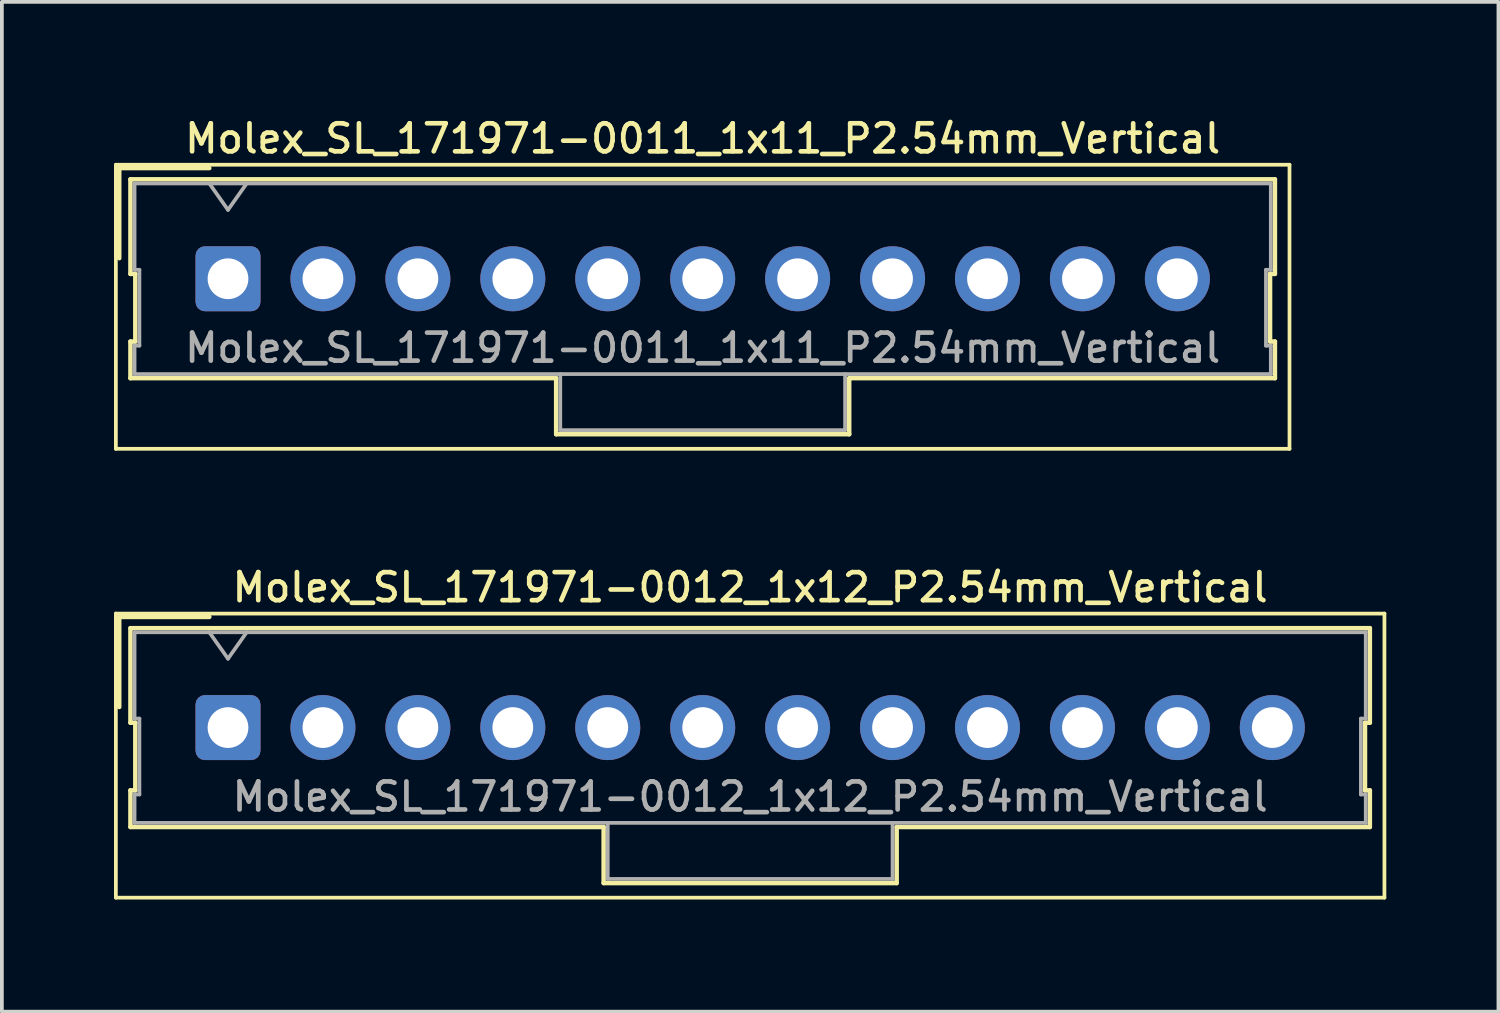
<source format=kicad_pcb>
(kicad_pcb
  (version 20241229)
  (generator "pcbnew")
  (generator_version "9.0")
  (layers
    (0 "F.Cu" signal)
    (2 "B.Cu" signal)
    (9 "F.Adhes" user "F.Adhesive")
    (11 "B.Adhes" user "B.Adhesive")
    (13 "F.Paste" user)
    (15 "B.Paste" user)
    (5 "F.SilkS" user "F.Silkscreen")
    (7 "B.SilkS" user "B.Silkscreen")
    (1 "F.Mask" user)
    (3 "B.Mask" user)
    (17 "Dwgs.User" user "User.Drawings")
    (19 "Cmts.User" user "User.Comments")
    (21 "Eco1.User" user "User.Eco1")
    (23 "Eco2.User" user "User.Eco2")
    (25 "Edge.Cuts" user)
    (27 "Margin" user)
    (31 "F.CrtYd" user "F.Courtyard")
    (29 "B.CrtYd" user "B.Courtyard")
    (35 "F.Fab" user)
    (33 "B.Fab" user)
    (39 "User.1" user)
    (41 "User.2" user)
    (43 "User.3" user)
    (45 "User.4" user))
  (footprint "Molex_SL_171971-0012_1x12_P2.54mm_Vertical"
    (layer "F.Cu")
    (at 3.05 16.416)
    (property "Reference" "Molex_SL_171971-0012_1x12_P2.54mm_Vertical" (at 13.97 -3.75 0) (layer "F.SilkS") (effects (font (size 0.75 0.75) (thickness 0.125))))
    (attr through_hole)
    (fp_line (start -3 -3.05) (end -3 4.55) (stroke (width 0.1) (type solid)) (layer "F.SilkS"))
    (fp_line (start -3 4.55) (end 30.94 4.55) (stroke (width 0.1) (type solid)) (layer "F.SilkS"))
    (fp_line (start -2.91 -2.96) (end -0.5 -2.96) (stroke (width 0.12) (type solid)) (layer "F.SilkS"))
    (fp_line (start -2.91 -0.55) (end -2.91 -2.96) (stroke (width 0.12) (type solid)) (layer "F.SilkS"))
    (fp_line (start -2.61 -2.66) (end -2.61 -0.13) (stroke (width 0.12) (type solid)) (layer "F.SilkS"))
    (fp_line (start -2.61 -0.13) (end -2.48 -0.13) (stroke (width 0.12) (type solid)) (layer "F.SilkS"))
    (fp_line (start -2.61 1.68) (end -2.61 2.66) (stroke (width 0.12) (type solid)) (layer "F.SilkS"))
    (fp_line (start -2.61 2.66) (end 10.05 2.66) (stroke (width 0.12) (type solid)) (layer "F.SilkS"))
    (fp_line (start -2.48 -0.13) (end -2.48 1.68) (stroke (width 0.12) (type solid)) (layer "F.SilkS"))
    (fp_line (start -2.48 1.68) (end -2.61 1.68) (stroke (width 0.12) (type solid)) (layer "F.SilkS"))
    (fp_line (start 10.05 2.66) (end 10.05 4.16) (stroke (width 0.12) (type solid)) (layer "F.SilkS"))
    (fp_line (start 10.05 4.16) (end 17.89 4.16) (stroke (width 0.12) (type solid)) (layer "F.SilkS"))
    (fp_line (start 17.89 2.66) (end 30.55 2.66) (stroke (width 0.12) (type solid)) (layer "F.SilkS"))
    (fp_line (start 17.89 4.16) (end 17.89 2.66) (stroke (width 0.12) (type solid)) (layer "F.SilkS"))
    (fp_line (start 30.42 -0.13) (end 30.55 -0.13) (stroke (width 0.12) (type solid)) (layer "F.SilkS"))
    (fp_line (start 30.42 1.68) (end 30.42 -0.13) (stroke (width 0.12) (type solid)) (layer "F.SilkS"))
    (fp_line (start 30.55 -2.66) (end -2.61 -2.66) (stroke (width 0.12) (type solid)) (layer "F.SilkS"))
    (fp_line (start 30.55 -0.13) (end 30.55 -2.66) (stroke (width 0.12) (type solid)) (layer "F.SilkS"))
    (fp_line (start 30.55 1.68) (end 30.42 1.68) (stroke (width 0.12) (type solid)) (layer "F.SilkS"))
    (fp_line (start 30.55 2.66) (end 30.55 1.68) (stroke (width 0.12) (type solid)) (layer "F.SilkS"))
    (fp_line (start 30.94 -3.05) (end -3 -3.05) (stroke (width 0.1) (type solid)) (layer "F.SilkS"))
    (fp_line (start 30.94 4.55) (end 30.94 -3.05) (stroke (width 0.1) (type solid)) (layer "F.SilkS"))
    (fp_line (start -2.5 -2.55) (end -2.5 -0.24) (stroke (width 0.1) (type solid)) (layer "F.Fab"))
    (fp_line (start -2.5 -0.24) (end -2.37 -0.24) (stroke (width 0.1) (type solid)) (layer "F.Fab"))
    (fp_line (start -2.5 1.79) (end -2.5 2.55) (stroke (width 0.1) (type solid)) (layer "F.Fab"))
    (fp_line (start -2.5 2.55) (end 30.44 2.55) (stroke (width 0.1) (type solid)) (layer "F.Fab"))
    (fp_line (start -2.37 -0.24) (end -2.37 1.79) (stroke (width 0.1) (type solid)) (layer "F.Fab"))
    (fp_line (start -2.37 1.79) (end -2.5 1.79) (stroke (width 0.1) (type solid)) (layer "F.Fab"))
    (fp_line (start 0 -1.843) (end -0.5 -2.55) (stroke (width 0.1) (type solid)) (layer "F.Fab"))
    (fp_line (start 0.5 -2.55) (end 0 -1.843) (stroke (width 0.1) (type solid)) (layer "F.Fab"))
    (fp_line (start 10.16 2.55) (end 10.16 4.05) (stroke (width 0.1) (type solid)) (layer "F.Fab"))
    (fp_line (start 10.16 4.05) (end 17.78 4.05) (stroke (width 0.1) (type solid)) (layer "F.Fab"))
    (fp_line (start 17.78 4.05) (end 17.78 2.55) (stroke (width 0.1) (type solid)) (layer "F.Fab"))
    (fp_line (start 30.31 -0.24) (end 30.44 -0.24) (stroke (width 0.1) (type solid)) (layer "F.Fab"))
    (fp_line (start 30.31 1.79) (end 30.31 -0.24) (stroke (width 0.1) (type solid)) (layer "F.Fab"))
    (fp_line (start 30.44 -2.55) (end -2.5 -2.55) (stroke (width 0.1) (type solid)) (layer "F.Fab"))
    (fp_line (start 30.44 -0.24) (end 30.44 -2.55) (stroke (width 0.1) (type solid)) (layer "F.Fab"))
    (fp_line (start 30.44 1.79) (end 30.31 1.79) (stroke (width 0.1) (type solid)) (layer "F.Fab"))
    (fp_line (start 30.44 2.55) (end 30.44 1.79) (stroke (width 0.1) (type solid)) (layer "F.Fab"))
    (fp_text user "${REFERENCE}" (at 13.97 1.85 0) (layer "F.Fab") (effects (font (size 0.75 0.75) (thickness 0.125))))
    (pad "1" thru_hole roundrect (at 0 0) (size 1.74 1.74) (drill 1.09) (layers "*.Cu" "*.Mask") (roundrect_rratio 0.144))
    (pad "2" thru_hole circle (at 2.54 0) (size 1.74 1.74) (drill 1.09) (layers "*.Cu" "*.Mask"))
    (pad "3" thru_hole circle (at 5.08 0) (size 1.74 1.74) (drill 1.09) (layers "*.Cu" "*.Mask"))
    (pad "4" thru_hole circle (at 7.62 0) (size 1.74 1.74) (drill 1.09) (layers "*.Cu" "*.Mask"))
    (pad "5" thru_hole circle (at 10.16 0) (size 1.74 1.74) (drill 1.09) (layers "*.Cu" "*.Mask"))
    (pad "6" thru_hole circle (at 12.7 0) (size 1.74 1.74) (drill 1.09) (layers "*.Cu" "*.Mask"))
    (pad "7" thru_hole circle (at 15.24 0) (size 1.74 1.74) (drill 1.09) (layers "*.Cu" "*.Mask"))
    (pad "8" thru_hole circle (at 17.78 0) (size 1.74 1.74) (drill 1.09) (layers "*.Cu" "*.Mask"))
    (pad "9" thru_hole circle (at 20.32 0) (size 1.74 1.74) (drill 1.09) (layers "*.Cu" "*.Mask"))
    (pad "10" thru_hole circle (at 22.86 0) (size 1.74 1.74) (drill 1.09) (layers "*.Cu" "*.Mask"))
    (pad "11" thru_hole circle (at 25.4 0) (size 1.74 1.74) (drill 1.09) (layers "*.Cu" "*.Mask"))
    (pad "12" thru_hole circle (at 27.94 0) (size 1.74 1.74) (drill 1.09) (layers "*.Cu" "*.Mask")))
  (footprint "Molex_SL_171971-0011_1x11_P2.54mm_Vertical"
    (layer "F.Cu")
    (at 3.05 4.408)
    (property "Reference" "Molex_SL_171971-0011_1x11_P2.54mm_Vertical" (at 12.7 -3.75 0) (layer "F.SilkS") (effects (font (size 0.75 0.75) (thickness 0.125))))
    (attr through_hole)
    (fp_line (start -3 -3.05) (end -3 4.55) (stroke (width 0.1) (type solid)) (layer "F.SilkS"))
    (fp_line (start -3 4.55) (end 28.4 4.55) (stroke (width 0.1) (type solid)) (layer "F.SilkS"))
    (fp_line (start -2.91 -2.96) (end -0.5 -2.96) (stroke (width 0.12) (type solid)) (layer "F.SilkS"))
    (fp_line (start -2.91 -0.55) (end -2.91 -2.96) (stroke (width 0.12) (type solid)) (layer "F.SilkS"))
    (fp_line (start -2.61 -2.66) (end -2.61 -0.13) (stroke (width 0.12) (type solid)) (layer "F.SilkS"))
    (fp_line (start -2.61 -0.13) (end -2.48 -0.13) (stroke (width 0.12) (type solid)) (layer "F.SilkS"))
    (fp_line (start -2.61 1.68) (end -2.61 2.66) (stroke (width 0.12) (type solid)) (layer "F.SilkS"))
    (fp_line (start -2.61 2.66) (end 8.78 2.66) (stroke (width 0.12) (type solid)) (layer "F.SilkS"))
    (fp_line (start -2.48 -0.13) (end -2.48 1.68) (stroke (width 0.12) (type solid)) (layer "F.SilkS"))
    (fp_line (start -2.48 1.68) (end -2.61 1.68) (stroke (width 0.12) (type solid)) (layer "F.SilkS"))
    (fp_line (start 8.78 2.66) (end 8.78 4.16) (stroke (width 0.12) (type solid)) (layer "F.SilkS"))
    (fp_line (start 8.78 4.16) (end 16.62 4.16) (stroke (width 0.12) (type solid)) (layer "F.SilkS"))
    (fp_line (start 16.62 2.66) (end 28.01 2.66) (stroke (width 0.12) (type solid)) (layer "F.SilkS"))
    (fp_line (start 16.62 4.16) (end 16.62 2.66) (stroke (width 0.12) (type solid)) (layer "F.SilkS"))
    (fp_line (start 27.88 -0.13) (end 28.01 -0.13) (stroke (width 0.12) (type solid)) (layer "F.SilkS"))
    (fp_line (start 27.88 1.68) (end 27.88 -0.13) (stroke (width 0.12) (type solid)) (layer "F.SilkS"))
    (fp_line (start 28.01 -2.66) (end -2.61 -2.66) (stroke (width 0.12) (type solid)) (layer "F.SilkS"))
    (fp_line (start 28.01 -0.13) (end 28.01 -2.66) (stroke (width 0.12) (type solid)) (layer "F.SilkS"))
    (fp_line (start 28.01 1.68) (end 27.88 1.68) (stroke (width 0.12) (type solid)) (layer "F.SilkS"))
    (fp_line (start 28.01 2.66) (end 28.01 1.68) (stroke (width 0.12) (type solid)) (layer "F.SilkS"))
    (fp_line (start 28.4 -3.05) (end -3 -3.05) (stroke (width 0.1) (type solid)) (layer "F.SilkS"))
    (fp_line (start 28.4 4.55) (end 28.4 -3.05) (stroke (width 0.1) (type solid)) (layer "F.SilkS"))
    (fp_line (start -2.5 -2.55) (end -2.5 -0.24) (stroke (width 0.1) (type solid)) (layer "F.Fab"))
    (fp_line (start -2.5 -0.24) (end -2.37 -0.24) (stroke (width 0.1) (type solid)) (layer "F.Fab"))
    (fp_line (start -2.5 1.79) (end -2.5 2.55) (stroke (width 0.1) (type solid)) (layer "F.Fab"))
    (fp_line (start -2.5 2.55) (end 27.9 2.55) (stroke (width 0.1) (type solid)) (layer "F.Fab"))
    (fp_line (start -2.37 -0.24) (end -2.37 1.79) (stroke (width 0.1) (type solid)) (layer "F.Fab"))
    (fp_line (start -2.37 1.79) (end -2.5 1.79) (stroke (width 0.1) (type solid)) (layer "F.Fab"))
    (fp_line (start 0 -1.843) (end -0.5 -2.55) (stroke (width 0.1) (type solid)) (layer "F.Fab"))
    (fp_line (start 0.5 -2.55) (end 0 -1.843) (stroke (width 0.1) (type solid)) (layer "F.Fab"))
    (fp_line (start 8.89 2.55) (end 8.89 4.05) (stroke (width 0.1) (type solid)) (layer "F.Fab"))
    (fp_line (start 8.89 4.05) (end 16.51 4.05) (stroke (width 0.1) (type solid)) (layer "F.Fab"))
    (fp_line (start 16.51 4.05) (end 16.51 2.55) (stroke (width 0.1) (type solid)) (layer "F.Fab"))
    (fp_line (start 27.77 -0.24) (end 27.9 -0.24) (stroke (width 0.1) (type solid)) (layer "F.Fab"))
    (fp_line (start 27.77 1.79) (end 27.77 -0.24) (stroke (width 0.1) (type solid)) (layer "F.Fab"))
    (fp_line (start 27.9 -2.55) (end -2.5 -2.55) (stroke (width 0.1) (type solid)) (layer "F.Fab"))
    (fp_line (start 27.9 -0.24) (end 27.9 -2.55) (stroke (width 0.1) (type solid)) (layer "F.Fab"))
    (fp_line (start 27.9 1.79) (end 27.77 1.79) (stroke (width 0.1) (type solid)) (layer "F.Fab"))
    (fp_line (start 27.9 2.55) (end 27.9 1.79) (stroke (width 0.1) (type solid)) (layer "F.Fab"))
    (fp_text user "${REFERENCE}" (at 12.7 1.85 0) (layer "F.Fab") (effects (font (size 0.75 0.75) (thickness 0.125))))
    (pad "1" thru_hole roundrect (at 0 0) (size 1.74 1.74) (drill 1.09) (layers "*.Cu" "*.Mask") (roundrect_rratio 0.144))
    (pad "2" thru_hole circle (at 2.54 0) (size 1.74 1.74) (drill 1.09) (layers "*.Cu" "*.Mask"))
    (pad "3" thru_hole circle (at 5.08 0) (size 1.74 1.74) (drill 1.09) (layers "*.Cu" "*.Mask"))
    (pad "4" thru_hole circle (at 7.62 0) (size 1.74 1.74) (drill 1.09) (layers "*.Cu" "*.Mask"))
    (pad "5" thru_hole circle (at 10.16 0) (size 1.74 1.74) (drill 1.09) (layers "*.Cu" "*.Mask"))
    (pad "6" thru_hole circle (at 12.7 0) (size 1.74 1.74) (drill 1.09) (layers "*.Cu" "*.Mask"))
    (pad "7" thru_hole circle (at 15.24 0) (size 1.74 1.74) (drill 1.09) (layers "*.Cu" "*.Mask"))
    (pad "8" thru_hole circle (at 17.78 0) (size 1.74 1.74) (drill 1.09) (layers "*.Cu" "*.Mask"))
    (pad "9" thru_hole circle (at 20.32 0) (size 1.74 1.74) (drill 1.09) (layers "*.Cu" "*.Mask"))
    (pad "10" thru_hole circle (at 22.86 0) (size 1.74 1.74) (drill 1.09) (layers "*.Cu" "*.Mask"))
    (pad "11" thru_hole circle (at 25.4 0) (size 1.74 1.74) (drill 1.09) (layers "*.Cu" "*.Mask")))
  (gr_rect
    (start -3 -3)
    (end 37.04 24.016)
    (stroke (width 0.1) (type default))
    (fill no)
    (layer "Edge.Cuts")))
</source>
